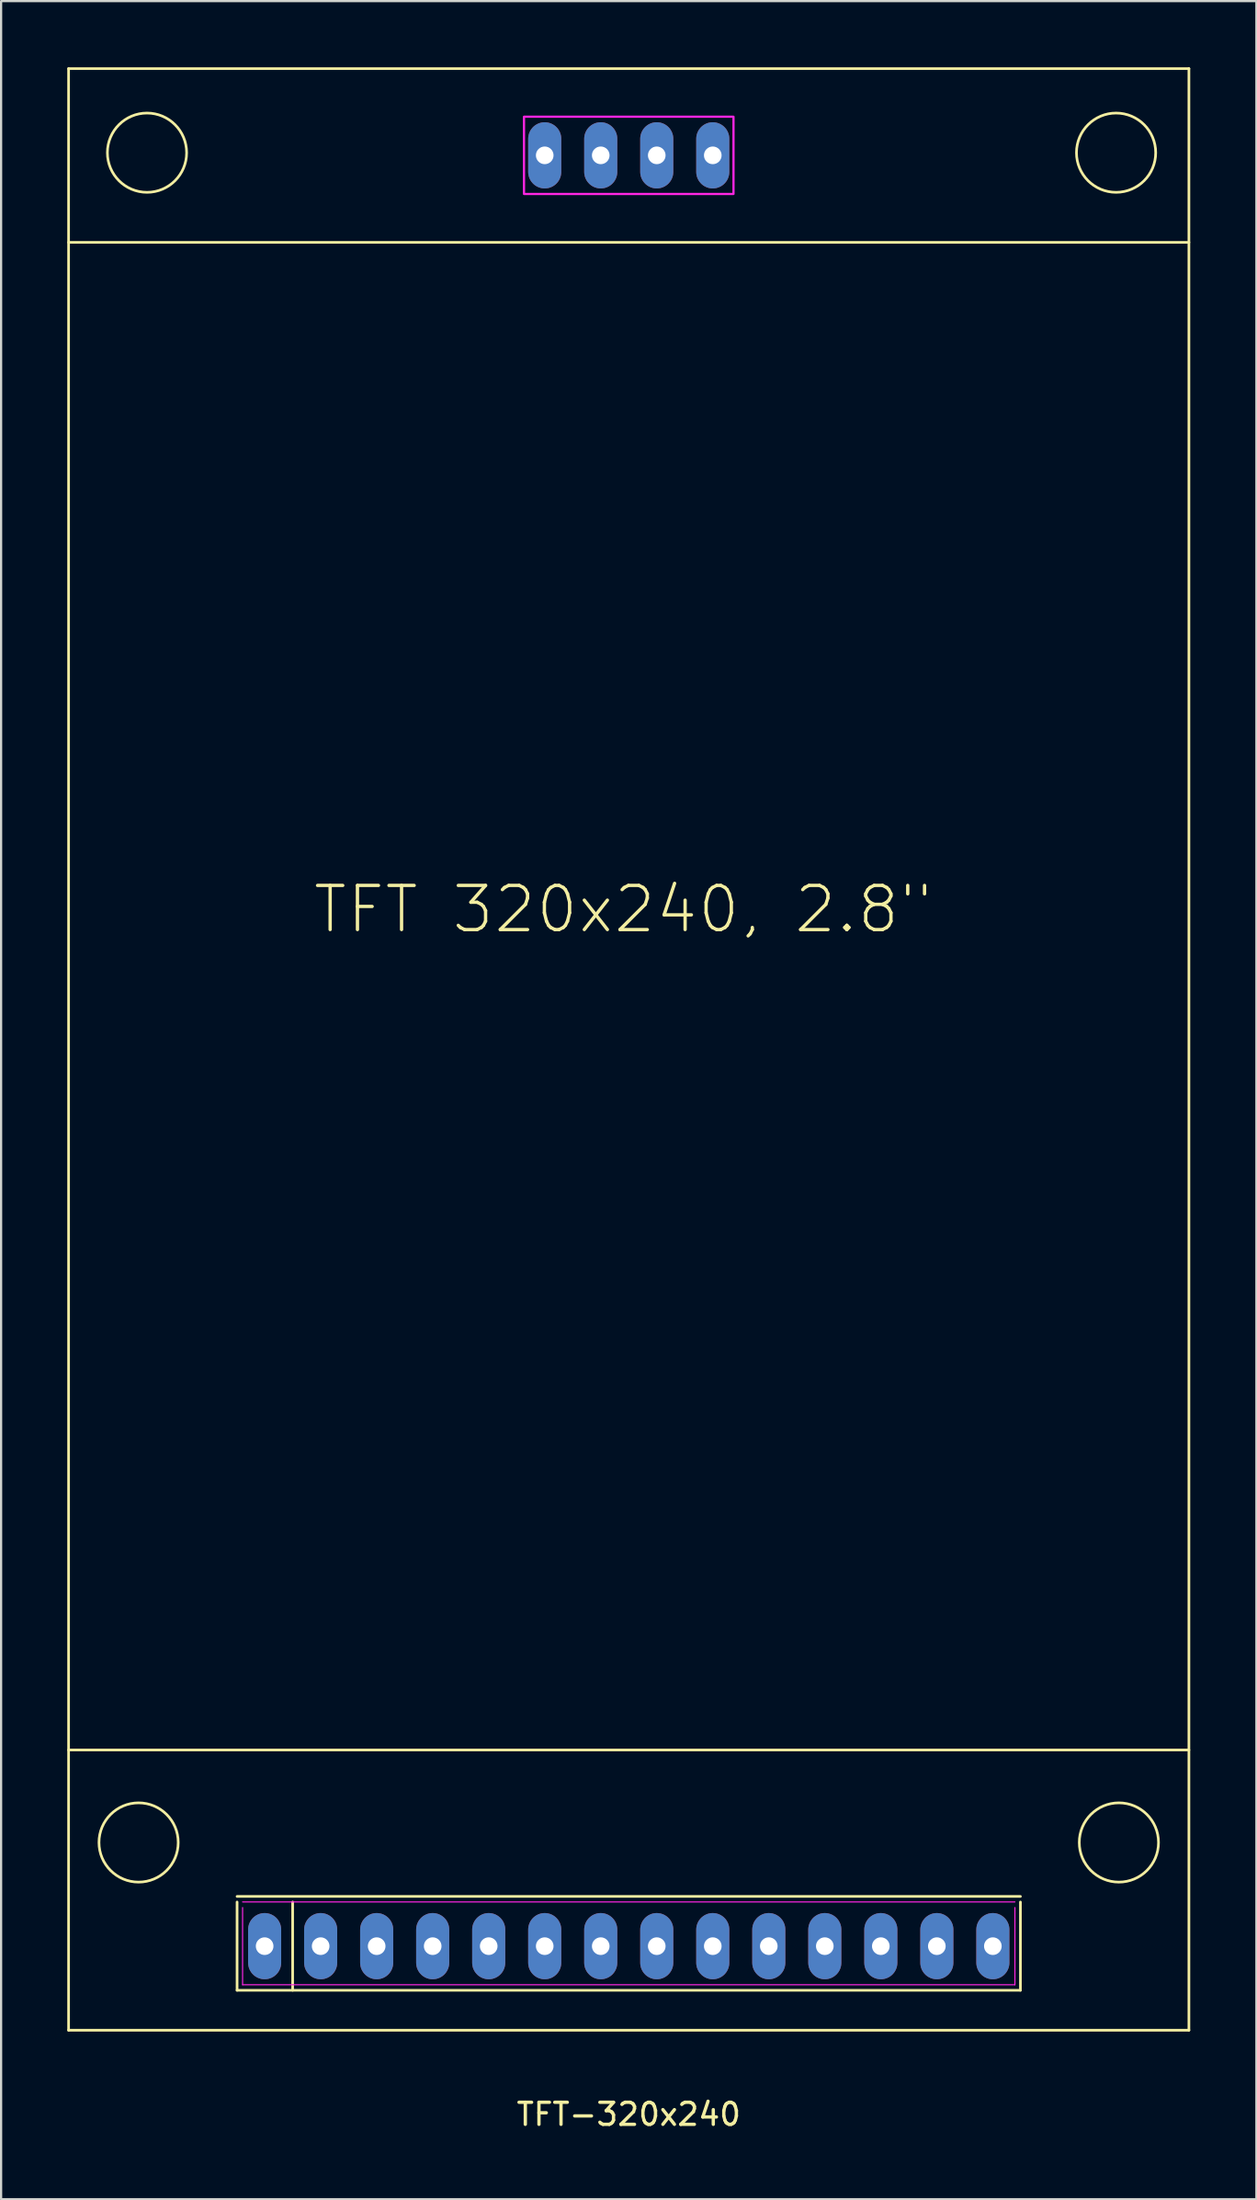
<source format=kicad_pcb>
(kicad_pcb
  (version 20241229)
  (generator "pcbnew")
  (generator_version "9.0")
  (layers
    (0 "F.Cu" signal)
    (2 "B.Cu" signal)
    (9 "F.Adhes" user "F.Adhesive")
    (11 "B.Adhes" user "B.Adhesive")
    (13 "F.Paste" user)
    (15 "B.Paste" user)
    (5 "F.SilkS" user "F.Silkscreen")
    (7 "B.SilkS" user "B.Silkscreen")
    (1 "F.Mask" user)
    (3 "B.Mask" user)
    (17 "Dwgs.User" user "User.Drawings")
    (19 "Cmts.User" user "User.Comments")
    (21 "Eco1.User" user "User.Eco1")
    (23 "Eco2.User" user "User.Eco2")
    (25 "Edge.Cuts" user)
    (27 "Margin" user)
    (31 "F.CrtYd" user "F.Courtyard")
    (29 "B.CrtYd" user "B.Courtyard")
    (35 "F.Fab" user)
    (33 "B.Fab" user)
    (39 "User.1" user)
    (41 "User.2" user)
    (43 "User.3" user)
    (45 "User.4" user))
  (footprint "TFT-320x240"
    (layer "F.Cu")
    (at 25.46 85.15)
    (property "Reference" "TFT-320x240" (at 0 7.62 0) (layer "F.SilkS") (effects (font (size 1 1) (thickness 0.15))))
    (attr through_hole)
    (fp_line (start -25.4 -85.09) (end -25.4 3.81) (stroke (width 0.12) (type solid)) (layer "F.SilkS"))
    (fp_line (start -25.4 -77.216) (end 25.4 -77.216) (stroke (width 0.12) (type solid)) (layer "F.SilkS"))
    (fp_line (start -25.4 -8.89) (end 25.4 -8.89) (stroke (width 0.12) (type solid)) (layer "F.SilkS"))
    (fp_line (start -25.4 3.81) (end 25.4 3.81) (stroke (width 0.12) (type solid)) (layer "F.SilkS"))
    (fp_line (start -17.76 -2.254) (end 17.76 -2.254) (stroke (width 0.12) (type solid)) (layer "F.SilkS"))
    (fp_line (start -17.76 2) (end -17.76 -2) (stroke (width 0.12) (type solid)) (layer "F.SilkS"))
    (fp_line (start -15.24 -2) (end -15.24 2) (stroke (width 0.12) (type solid)) (layer "F.SilkS"))
    (fp_line (start 17.76 -2) (end 17.76 2) (stroke (width 0.12) (type solid)) (layer "F.SilkS"))
    (fp_line (start 17.76 2) (end -17.76 2) (stroke (width 0.12) (type solid)) (layer "F.SilkS"))
    (fp_line (start 25.4 -85.09) (end -25.4 -85.09) (stroke (width 0.12) (type solid)) (layer "F.SilkS"))
    (fp_line (start 25.4 3.81) (end 25.4 -85.09) (stroke (width 0.12) (type solid)) (layer "F.SilkS"))
    (fp_circle (center -22.225 -4.699) (end -23.495 -3.429) (stroke (width 0.12) (type solid)) (fill no) (layer "F.SilkS"))
    (fp_circle (center -21.844 -81.28) (end -23.114 -82.55) (stroke (width 0.12) (type solid)) (fill no) (layer "F.SilkS"))
    (fp_circle (center 22.098 -81.28) (end 20.828 -80.01) (stroke (width 0.12) (type solid)) (fill no) (layer "F.SilkS"))
    (fp_circle (center 22.225 -4.699) (end 20.955 -3.429) (stroke (width 0.12) (type solid)) (fill no) (layer "F.SilkS"))
    (fp_line (start -17.51 -2.004) (end 17.51 -2.004) (stroke (width 0.05) (type solid)) (layer "F.CrtYd"))
    (fp_line (start -17.51 1.75) (end -17.51 -1.75) (stroke (width 0.05) (type solid)) (layer "F.CrtYd"))
    (fp_line (start 17.51 -1.75) (end 17.51 1.75) (stroke (width 0.05) (type solid)) (layer "F.CrtYd"))
    (fp_line (start 17.51 1.75) (end -17.51 1.75) (stroke (width 0.05) (type solid)) (layer "F.CrtYd"))
    (fp_rect (start -4.75 -82.91) (end 4.75 -79.41) (stroke (width 0.1) (type solid)) (fill no) (layer "F.CrtYd"))
    (fp_text user "TFT 320x240, 2.8\"" (at -0.254 -46.99 0) (layer "F.SilkS") (effects (font (size 2 2) (thickness 0.15))))
    (pad "1" thru_hole oval (at -16.51 0) (size 1.5 3) (drill 0.8) (layers "*.Cu" "*.Mask"))
    (pad "2" thru_hole oval (at -13.97 0) (size 1.5 3) (drill 0.8) (layers "*.Cu" "*.Mask"))
    (pad "3" thru_hole oval (at -11.43 0) (size 1.5 3) (drill 0.8) (layers "*.Cu" "*.Mask"))
    (pad "4" thru_hole oval (at -8.89 0) (size 1.5 3) (drill 0.8) (layers "*.Cu" "*.Mask"))
    (pad "5" thru_hole oval (at -6.35 0) (size 1.5 3) (drill 0.8) (layers "*.Cu" "*.Mask"))
    (pad "6" thru_hole oval (at -3.81 0) (size 1.5 3) (drill 0.8) (layers "*.Cu" "*.Mask"))
    (pad "7" thru_hole oval (at -1.27 0) (size 1.5 3) (drill 0.8) (layers "*.Cu" "*.Mask"))
    (pad "8" thru_hole oval (at 1.27 0) (size 1.5 3) (drill 0.8) (layers "*.Cu" "*.Mask"))
    (pad "9" thru_hole oval (at 3.81 0) (size 1.5 3) (drill 0.8) (layers "*.Cu" "*.Mask"))
    (pad "10" thru_hole oval (at 6.35 0) (size 1.5 3) (drill 0.8) (layers "*.Cu" "*.Mask"))
    (pad "11" thru_hole oval (at 8.89 0) (size 1.5 3) (drill 0.8) (layers "*.Cu" "*.Mask"))
    (pad "12" thru_hole oval (at 11.43 0) (size 1.5 3) (drill 0.8) (layers "*.Cu" "*.Mask"))
    (pad "13" thru_hole oval (at 13.97 0) (size 1.5 3) (drill 0.8) (layers "*.Cu" "*.Mask"))
    (pad "14" thru_hole oval (at 16.51 0) (size 1.5 3) (drill 0.8) (layers "*.Cu" "*.Mask"))
    (pad "15" thru_hole oval (at -3.81 -81.16) (size 1.5 3) (drill 0.8) (layers "*.Cu" "*.Mask"))
    (pad "16" thru_hole oval (at -1.27 -81.16) (size 1.5 3) (drill 0.8) (layers "*.Cu" "*.Mask"))
    (pad "17" thru_hole oval (at 1.27 -81.16) (size 1.5 3) (drill 0.8) (layers "*.Cu" "*.Mask"))
    (pad "18" thru_hole oval (at 3.81 -81.16) (size 1.5 3) (drill 0.8) (layers "*.Cu" "*.Mask")))
  (gr_rect
    (start -3 -3)
    (end 53.92 96.618)
    (stroke (width 0.1) (type default))
    (fill no)
    (layer "Edge.Cuts")))
</source>
